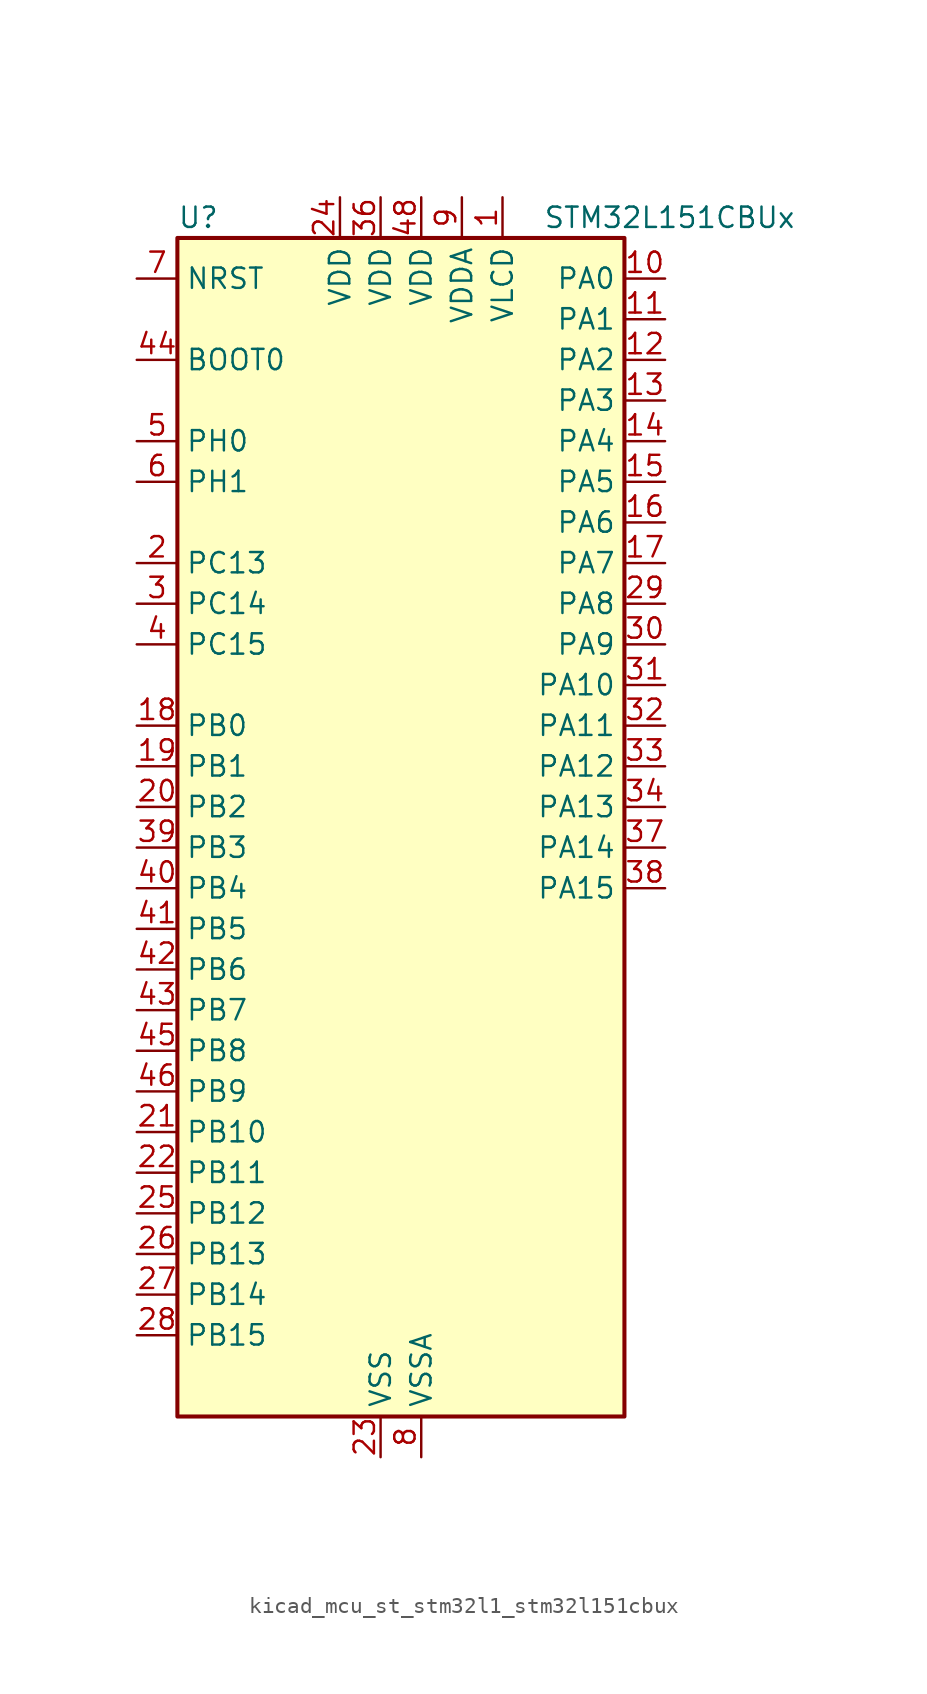
<source format=kicad_sym>
(kicad_symbol_lib
  (version 20220914)
  (generator kicad_symbol_editor)
  (symbol "kicad_mcu_st_stm32l1_stm32l151cbux"
    (property "Reference" "U"
      (at -12.7 39.37 0)
      (effects (font (size 1.27 1.27)) (justify left)))
    (property "Value" "STM32L151CBUx"
      (at 10.16 39.37 0)
      (effects (font (size 1.27 1.27)) (justify left)))
    (property "ki_locked" ""
      (at 0 0 0)
      (effects (font (size 1.27 1.27))))
    (symbol "kicad_mcu_st_stm32l1_stm32l151cbux_0_1"
      (rectangle (start -12.7 -35.56) (end 15.24 38.1) (stroke (width 0.254) (type default)) (fill (type background))))
    (symbol "kicad_mcu_st_stm32l1_stm32l151cbux_1_1"
      (pin power_in line (at 7.62 40.64 270) (length 2.54) (name "VLCD" (effects (font (size 1.27 1.27)))) (number "1" (effects (font (size 1.27 1.27)))))
      (pin bidirectional line (at 17.78 35.56 180) (length 2.54) (name "PA0" (effects (font (size 1.27 1.27)))) (number "10" (effects (font (size 1.27 1.27)))) (alternate "ADC_IN0" bidirectional line) (alternate "COMP1_INP" bidirectional line) (alternate "SYS_WKUP1" bidirectional line) (alternate "TIM2_CH1" bidirectional line) (alternate "TIM2_ETR" bidirectional line) (alternate "TIMX_IC1" bidirectional line) (alternate "TS_G1_IO1" bidirectional line) (alternate "USART2_CTS" bidirectional line))
      (pin bidirectional line (at 17.78 33.02 180) (length 2.54) (name "PA1" (effects (font (size 1.27 1.27)))) (number "11" (effects (font (size 1.27 1.27)))) (alternate "ADC_IN1" bidirectional line) (alternate "COMP1_INP" bidirectional line) (alternate "TIM2_CH2" bidirectional line) (alternate "TIMX_IC2" bidirectional line) (alternate "TS_G1_IO2" bidirectional line) (alternate "USART2_RTS" bidirectional line))
      (pin bidirectional line (at 17.78 30.48 180) (length 2.54) (name "PA2" (effects (font (size 1.27 1.27)))) (number "12" (effects (font (size 1.27 1.27)))) (alternate "ADC_IN2" bidirectional line) (alternate "COMP1_INP" bidirectional line) (alternate "TIM2_CH3" bidirectional line) (alternate "TIM9_CH1" bidirectional line) (alternate "TIMX_IC3" bidirectional line) (alternate "TS_G1_IO3" bidirectional line) (alternate "USART2_TX" bidirectional line))
      (pin bidirectional line (at 17.78 27.94 180) (length 2.54) (name "PA3" (effects (font (size 1.27 1.27)))) (number "13" (effects (font (size 1.27 1.27)))) (alternate "ADC_IN3" bidirectional line) (alternate "COMP1_INP" bidirectional line) (alternate "TIM2_CH4" bidirectional line) (alternate "TIM9_CH2" bidirectional line) (alternate "TIMX_IC4" bidirectional line) (alternate "TS_G1_IO4" bidirectional line) (alternate "USART2_RX" bidirectional line))
      (pin bidirectional line (at 17.78 25.4 180) (length 2.54) (name "PA4" (effects (font (size 1.27 1.27)))) (number "14" (effects (font (size 1.27 1.27)))) (alternate "ADC_IN4" bidirectional line) (alternate "COMP1_INP" bidirectional line) (alternate "DAC_OUT1" bidirectional line) (alternate "SPI1_NSS" bidirectional line) (alternate "TIMX_IC1" bidirectional line) (alternate "USART2_CK" bidirectional line))
      (pin bidirectional line (at 17.78 22.86 180) (length 2.54) (name "PA5" (effects (font (size 1.27 1.27)))) (number "15" (effects (font (size 1.27 1.27)))) (alternate "ADC_IN5" bidirectional line) (alternate "COMP1_INP" bidirectional line) (alternate "DAC_OUT2" bidirectional line) (alternate "SPI1_SCK" bidirectional line) (alternate "TIM2_CH1" bidirectional line) (alternate "TIM2_ETR" bidirectional line) (alternate "TIMX_IC2" bidirectional line))
      (pin bidirectional line (at 17.78 20.32 180) (length 2.54) (name "PA6" (effects (font (size 1.27 1.27)))) (number "16" (effects (font (size 1.27 1.27)))) (alternate "ADC_IN6" bidirectional line) (alternate "COMP1_INP" bidirectional line) (alternate "SPI1_MISO" bidirectional line) (alternate "TIM10_CH1" bidirectional line) (alternate "TIM3_CH1" bidirectional line) (alternate "TIMX_IC3" bidirectional line) (alternate "TS_G2_IO1" bidirectional line))
      (pin bidirectional line (at 17.78 17.78 180) (length 2.54) (name "PA7" (effects (font (size 1.27 1.27)))) (number "17" (effects (font (size 1.27 1.27)))) (alternate "ADC_IN7" bidirectional line) (alternate "COMP1_INP" bidirectional line) (alternate "SPI1_MOSI" bidirectional line) (alternate "TIM11_CH1" bidirectional line) (alternate "TIM3_CH2" bidirectional line) (alternate "TIMX_IC4" bidirectional line) (alternate "TS_G2_IO2" bidirectional line))
      (pin bidirectional line (at -15.24 7.62 0) (length 2.54) (name "PB0" (effects (font (size 1.27 1.27)))) (number "18" (effects (font (size 1.27 1.27)))) (alternate "ADC_IN8" bidirectional line) (alternate "COMP1_INP" bidirectional line) (alternate "SYS_V_REF_OUT" bidirectional line) (alternate "TIM3_CH3" bidirectional line) (alternate "TS_G3_IO1" bidirectional line))
      (pin bidirectional line (at -15.24 5.08 0) (length 2.54) (name "PB1" (effects (font (size 1.27 1.27)))) (number "19" (effects (font (size 1.27 1.27)))) (alternate "ADC_IN9" bidirectional line) (alternate "COMP1_INP" bidirectional line) (alternate "SYS_V_REF_OUT" bidirectional line) (alternate "TIM3_CH4" bidirectional line) (alternate "TS_G3_IO2" bidirectional line))
      (pin bidirectional line (at -15.24 17.78 0) (length 2.54) (name "PC13" (effects (font (size 1.27 1.27)))) (number "2" (effects (font (size 1.27 1.27)))) (alternate "RTC_OUT_ALARM" bidirectional line) (alternate "RTC_OUT_CALIB" bidirectional line) (alternate "RTC_TAMP1" bidirectional line) (alternate "RTC_TS" bidirectional line) (alternate "SYS_WKUP2" bidirectional line) (alternate "TIMX_IC2" bidirectional line))
      (pin bidirectional line (at -15.24 2.54 0) (length 2.54) (name "PB2" (effects (font (size 1.27 1.27)))) (number "20" (effects (font (size 1.27 1.27)))))
      (pin bidirectional line (at -15.24 -17.78 0) (length 2.54) (name "PB10" (effects (font (size 1.27 1.27)))) (number "21" (effects (font (size 1.27 1.27)))) (alternate "I2C2_SCL" bidirectional line) (alternate "TIM2_CH3" bidirectional line) (alternate "USART3_TX" bidirectional line))
      (pin bidirectional line (at -15.24 -20.32 0) (length 2.54) (name "PB11" (effects (font (size 1.27 1.27)))) (number "22" (effects (font (size 1.27 1.27)))) (alternate "ADC_EXTI11" bidirectional line) (alternate "I2C2_SDA" bidirectional line) (alternate "TIM2_CH4" bidirectional line) (alternate "USART3_RX" bidirectional line))
      (pin power_in line (at 0 -38.1 90) (length 2.54) (name "VSS" (effects (font (size 1.27 1.27)))) (number "23" (effects (font (size 1.27 1.27)))))
      (pin power_in line (at -2.54 40.64 270) (length 2.54) (name "VDD" (effects (font (size 1.27 1.27)))) (number "24" (effects (font (size 1.27 1.27)))))
      (pin bidirectional line (at -15.24 -22.86 0) (length 2.54) (name "PB12" (effects (font (size 1.27 1.27)))) (number "25" (effects (font (size 1.27 1.27)))) (alternate "ADC_IN18" bidirectional line) (alternate "COMP1_INP" bidirectional line) (alternate "I2C2_SMBA" bidirectional line) (alternate "SPI2_NSS" bidirectional line) (alternate "TIM10_CH1" bidirectional line) (alternate "TS_G7_IO1" bidirectional line) (alternate "USART3_CK" bidirectional line))
      (pin bidirectional line (at -15.24 -25.4 0) (length 2.54) (name "PB13" (effects (font (size 1.27 1.27)))) (number "26" (effects (font (size 1.27 1.27)))) (alternate "ADC_IN19" bidirectional line) (alternate "COMP1_INP" bidirectional line) (alternate "SPI2_SCK" bidirectional line) (alternate "TIM9_CH1" bidirectional line) (alternate "TS_G7_IO2" bidirectional line) (alternate "USART3_CTS" bidirectional line))
      (pin bidirectional line (at -15.24 -27.94 0) (length 2.54) (name "PB14" (effects (font (size 1.27 1.27)))) (number "27" (effects (font (size 1.27 1.27)))) (alternate "ADC_IN20" bidirectional line) (alternate "COMP1_INP" bidirectional line) (alternate "SPI2_MISO" bidirectional line) (alternate "TIM9_CH2" bidirectional line) (alternate "TS_G7_IO3" bidirectional line) (alternate "USART3_RTS" bidirectional line))
      (pin bidirectional line (at -15.24 -30.48 0) (length 2.54) (name "PB15" (effects (font (size 1.27 1.27)))) (number "28" (effects (font (size 1.27 1.27)))) (alternate "ADC_EXTI15" bidirectional line) (alternate "ADC_IN21" bidirectional line) (alternate "COMP1_INP" bidirectional line) (alternate "RTC_REFIN" bidirectional line) (alternate "SPI2_MOSI" bidirectional line) (alternate "TIM11_CH1" bidirectional line) (alternate "TS_G7_IO4" bidirectional line))
      (pin bidirectional line (at 17.78 15.24 180) (length 2.54) (name "PA8" (effects (font (size 1.27 1.27)))) (number "29" (effects (font (size 1.27 1.27)))) (alternate "RCC_MCO" bidirectional line) (alternate "TIMX_IC1" bidirectional line) (alternate "TS_G4_IO1" bidirectional line) (alternate "USART1_CK" bidirectional line))
      (pin bidirectional line (at -15.24 15.24 0) (length 2.54) (name "PC14" (effects (font (size 1.27 1.27)))) (number "3" (effects (font (size 1.27 1.27)))) (alternate "RCC_OSC32_IN" bidirectional line) (alternate "TIMX_IC3" bidirectional line))
      (pin bidirectional line (at 17.78 12.7 180) (length 2.54) (name "PA9" (effects (font (size 1.27 1.27)))) (number "30" (effects (font (size 1.27 1.27)))) (alternate "DAC_EXTI9" bidirectional line) (alternate "TIMX_IC2" bidirectional line) (alternate "TS_G4_IO2" bidirectional line) (alternate "USART1_TX" bidirectional line))
      (pin bidirectional line (at 17.78 10.16 180) (length 2.54) (name "PA10" (effects (font (size 1.27 1.27)))) (number "31" (effects (font (size 1.27 1.27)))) (alternate "TIMX_IC3" bidirectional line) (alternate "TS_G4_IO3" bidirectional line) (alternate "USART1_RX" bidirectional line))
      (pin bidirectional line (at 17.78 7.62 180) (length 2.54) (name "PA11" (effects (font (size 1.27 1.27)))) (number "32" (effects (font (size 1.27 1.27)))) (alternate "ADC_EXTI11" bidirectional line) (alternate "SPI1_MISO" bidirectional line) (alternate "TIMX_IC4" bidirectional line) (alternate "USART1_CTS" bidirectional line) (alternate "USB_DM" bidirectional line))
      (pin bidirectional line (at 17.78 5.08 180) (length 2.54) (name "PA12" (effects (font (size 1.27 1.27)))) (number "33" (effects (font (size 1.27 1.27)))) (alternate "SPI1_MOSI" bidirectional line) (alternate "TIMX_IC1" bidirectional line) (alternate "USART1_RTS" bidirectional line) (alternate "USB_DP" bidirectional line))
      (pin bidirectional line (at 17.78 2.54 180) (length 2.54) (name "PA13" (effects (font (size 1.27 1.27)))) (number "34" (effects (font (size 1.27 1.27)))) (alternate "SYS_JTMS-SWDIO" bidirectional line) (alternate "TIMX_IC2" bidirectional line) (alternate "TS_G5_IO1" bidirectional line))
      (pin passive line (at 0 -38.1 90) (length 2.54) hide (name "VSS" (effects (font (size 1.27 1.27)))) (number "35" (effects (font (size 1.27 1.27)))))
      (pin power_in line (at 0 40.64 270) (length 2.54) (name "VDD" (effects (font (size 1.27 1.27)))) (number "36" (effects (font (size 1.27 1.27)))))
      (pin bidirectional line (at 17.78 0 180) (length 2.54) (name "PA14" (effects (font (size 1.27 1.27)))) (number "37" (effects (font (size 1.27 1.27)))) (alternate "SYS_JTCK-SWCLK" bidirectional line) (alternate "TIMX_IC3" bidirectional line) (alternate "TS_G5_IO2" bidirectional line))
      (pin bidirectional line (at 17.78 -2.54 180) (length 2.54) (name "PA15" (effects (font (size 1.27 1.27)))) (number "38" (effects (font (size 1.27 1.27)))) (alternate "ADC_EXTI15" bidirectional line) (alternate "SPI1_NSS" bidirectional line) (alternate "SYS_JTDI" bidirectional line) (alternate "TIM2_CH1" bidirectional line) (alternate "TIM2_ETR" bidirectional line) (alternate "TIMX_IC4" bidirectional line) (alternate "TS_G5_IO3" bidirectional line))
      (pin bidirectional line (at -15.24 0 0) (length 2.54) (name "PB3" (effects (font (size 1.27 1.27)))) (number "39" (effects (font (size 1.27 1.27)))) (alternate "COMP2_INM" bidirectional line) (alternate "SPI1_SCK" bidirectional line) (alternate "SYS_JTDO-TRACESWO" bidirectional line) (alternate "TIM2_CH2" bidirectional line))
      (pin bidirectional line (at -15.24 12.7 0) (length 2.54) (name "PC15" (effects (font (size 1.27 1.27)))) (number "4" (effects (font (size 1.27 1.27)))) (alternate "ADC_EXTI15" bidirectional line) (alternate "RCC_OSC32_OUT" bidirectional line) (alternate "TIMX_IC4" bidirectional line))
      (pin bidirectional line (at -15.24 -2.54 0) (length 2.54) (name "PB4" (effects (font (size 1.27 1.27)))) (number "40" (effects (font (size 1.27 1.27)))) (alternate "COMP2_INP" bidirectional line) (alternate "SPI1_MISO" bidirectional line) (alternate "SYS_JTRST" bidirectional line) (alternate "TIM3_CH1" bidirectional line) (alternate "TS_G6_IO1" bidirectional line))
      (pin bidirectional line (at -15.24 -5.08 0) (length 2.54) (name "PB5" (effects (font (size 1.27 1.27)))) (number "41" (effects (font (size 1.27 1.27)))) (alternate "COMP2_INP" bidirectional line) (alternate "I2C1_SMBA" bidirectional line) (alternate "SPI1_MOSI" bidirectional line) (alternate "TIM3_CH2" bidirectional line) (alternate "TS_G6_IO2" bidirectional line))
      (pin bidirectional line (at -15.24 -7.62 0) (length 2.54) (name "PB6" (effects (font (size 1.27 1.27)))) (number "42" (effects (font (size 1.27 1.27)))) (alternate "I2C1_SCL" bidirectional line) (alternate "TIM4_CH1" bidirectional line) (alternate "USART1_TX" bidirectional line))
      (pin bidirectional line (at -15.24 -10.16 0) (length 2.54) (name "PB7" (effects (font (size 1.27 1.27)))) (number "43" (effects (font (size 1.27 1.27)))) (alternate "I2C1_SDA" bidirectional line) (alternate "SYS_PVD_IN" bidirectional line) (alternate "TIM4_CH2" bidirectional line) (alternate "USART1_RX" bidirectional line))
      (pin input line (at -15.24 30.48 0) (length 2.54) (name "BOOT0" (effects (font (size 1.27 1.27)))) (number "44" (effects (font (size 1.27 1.27)))))
      (pin bidirectional line (at -15.24 -12.7 0) (length 2.54) (name "PB8" (effects (font (size 1.27 1.27)))) (number "45" (effects (font (size 1.27 1.27)))) (alternate "I2C1_SCL" bidirectional line) (alternate "TIM10_CH1" bidirectional line) (alternate "TIM4_CH3" bidirectional line))
      (pin bidirectional line (at -15.24 -15.24 0) (length 2.54) (name "PB9" (effects (font (size 1.27 1.27)))) (number "46" (effects (font (size 1.27 1.27)))) (alternate "DAC_EXTI9" bidirectional line) (alternate "I2C1_SDA" bidirectional line) (alternate "TIM11_CH1" bidirectional line) (alternate "TIM4_CH4" bidirectional line))
      (pin passive line (at 0 -38.1 90) (length 2.54) hide (name "VSS" (effects (font (size 1.27 1.27)))) (number "47" (effects (font (size 1.27 1.27)))))
      (pin power_in line (at 2.54 40.64 270) (length 2.54) (name "VDD" (effects (font (size 1.27 1.27)))) (number "48" (effects (font (size 1.27 1.27)))))
      (pin passive line (at 0 -38.1 90) (length 2.54) hide (name "VSS" (effects (font (size 1.27 1.27)))) (number "49" (effects (font (size 1.27 1.27)))))
      (pin bidirectional line (at -15.24 25.4 0) (length 2.54) (name "PH0" (effects (font (size 1.27 1.27)))) (number "5" (effects (font (size 1.27 1.27)))) (alternate "RCC_OSC_IN" bidirectional line))
      (pin bidirectional line (at -15.24 22.86 0) (length 2.54) (name "PH1" (effects (font (size 1.27 1.27)))) (number "6" (effects (font (size 1.27 1.27)))) (alternate "RCC_OSC_OUT" bidirectional line))
      (pin input line (at -15.24 35.56 0) (length 2.54) (name "NRST" (effects (font (size 1.27 1.27)))) (number "7" (effects (font (size 1.27 1.27)))))
      (pin power_in line (at 2.54 -38.1 90) (length 2.54) (name "VSSA" (effects (font (size 1.27 1.27)))) (number "8" (effects (font (size 1.27 1.27)))))
      (pin power_in line (at 5.08 40.64 270) (length 2.54) (name "VDDA" (effects (font (size 1.27 1.27)))) (number "9" (effects (font (size 1.27 1.27))))))))
</source>
